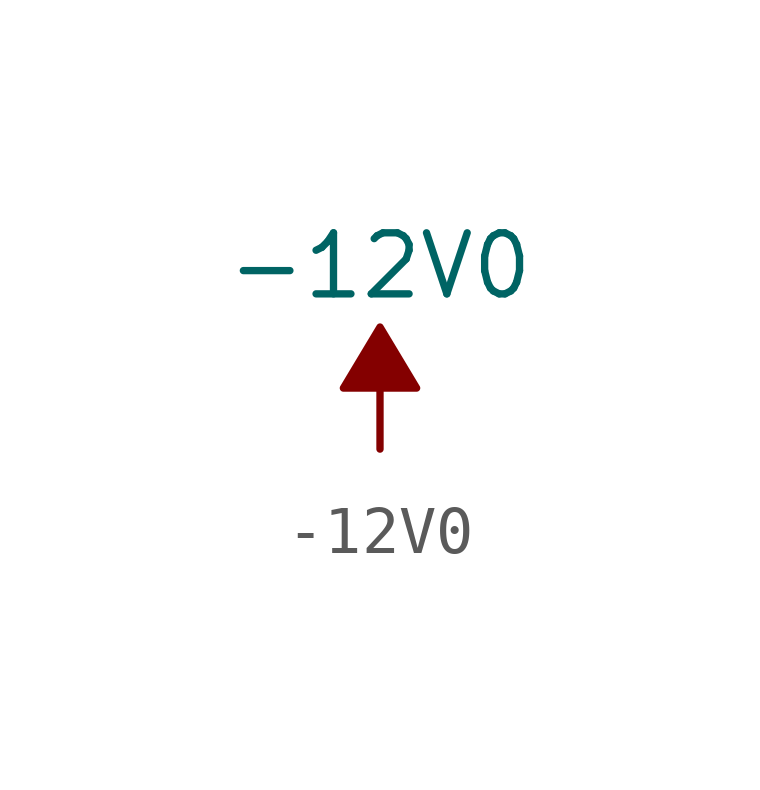
<source format=kicad_sym>
(kicad_symbol_lib
  (version 20211014)
  (generator kicad_symbol_editor)
  (symbol "-12V0"
    (power)
    (pin_names
      (offset 0))
    (property "Reference" "#PWR"
      (at 0 2.54 0)
      (effects (font (size 1.27 1.27)) hide))
    (property "Value" "-12V0"
      (at 0 3.81 0)
      (effects (font (size 1.27 1.27))))
    (symbol "-12V0_0_0"
      (pin power_in line (at 0 0 90) (length 0) hide (name "-12V" (effects (font (size 1.27 1.27)))) (number "1" (effects (font (size 1.27 1.27))))))
    (symbol "-12V0_0_1"
      (polyline (pts (xy 0 0) (xy 0 1.27) (xy 0.762 1.27) (xy 0 2.54) (xy -0.762 1.27) (xy 0 1.27)) (stroke (width 0) (type default) (color 0 0 0 0)) (fill (type outline))))))
</source>
